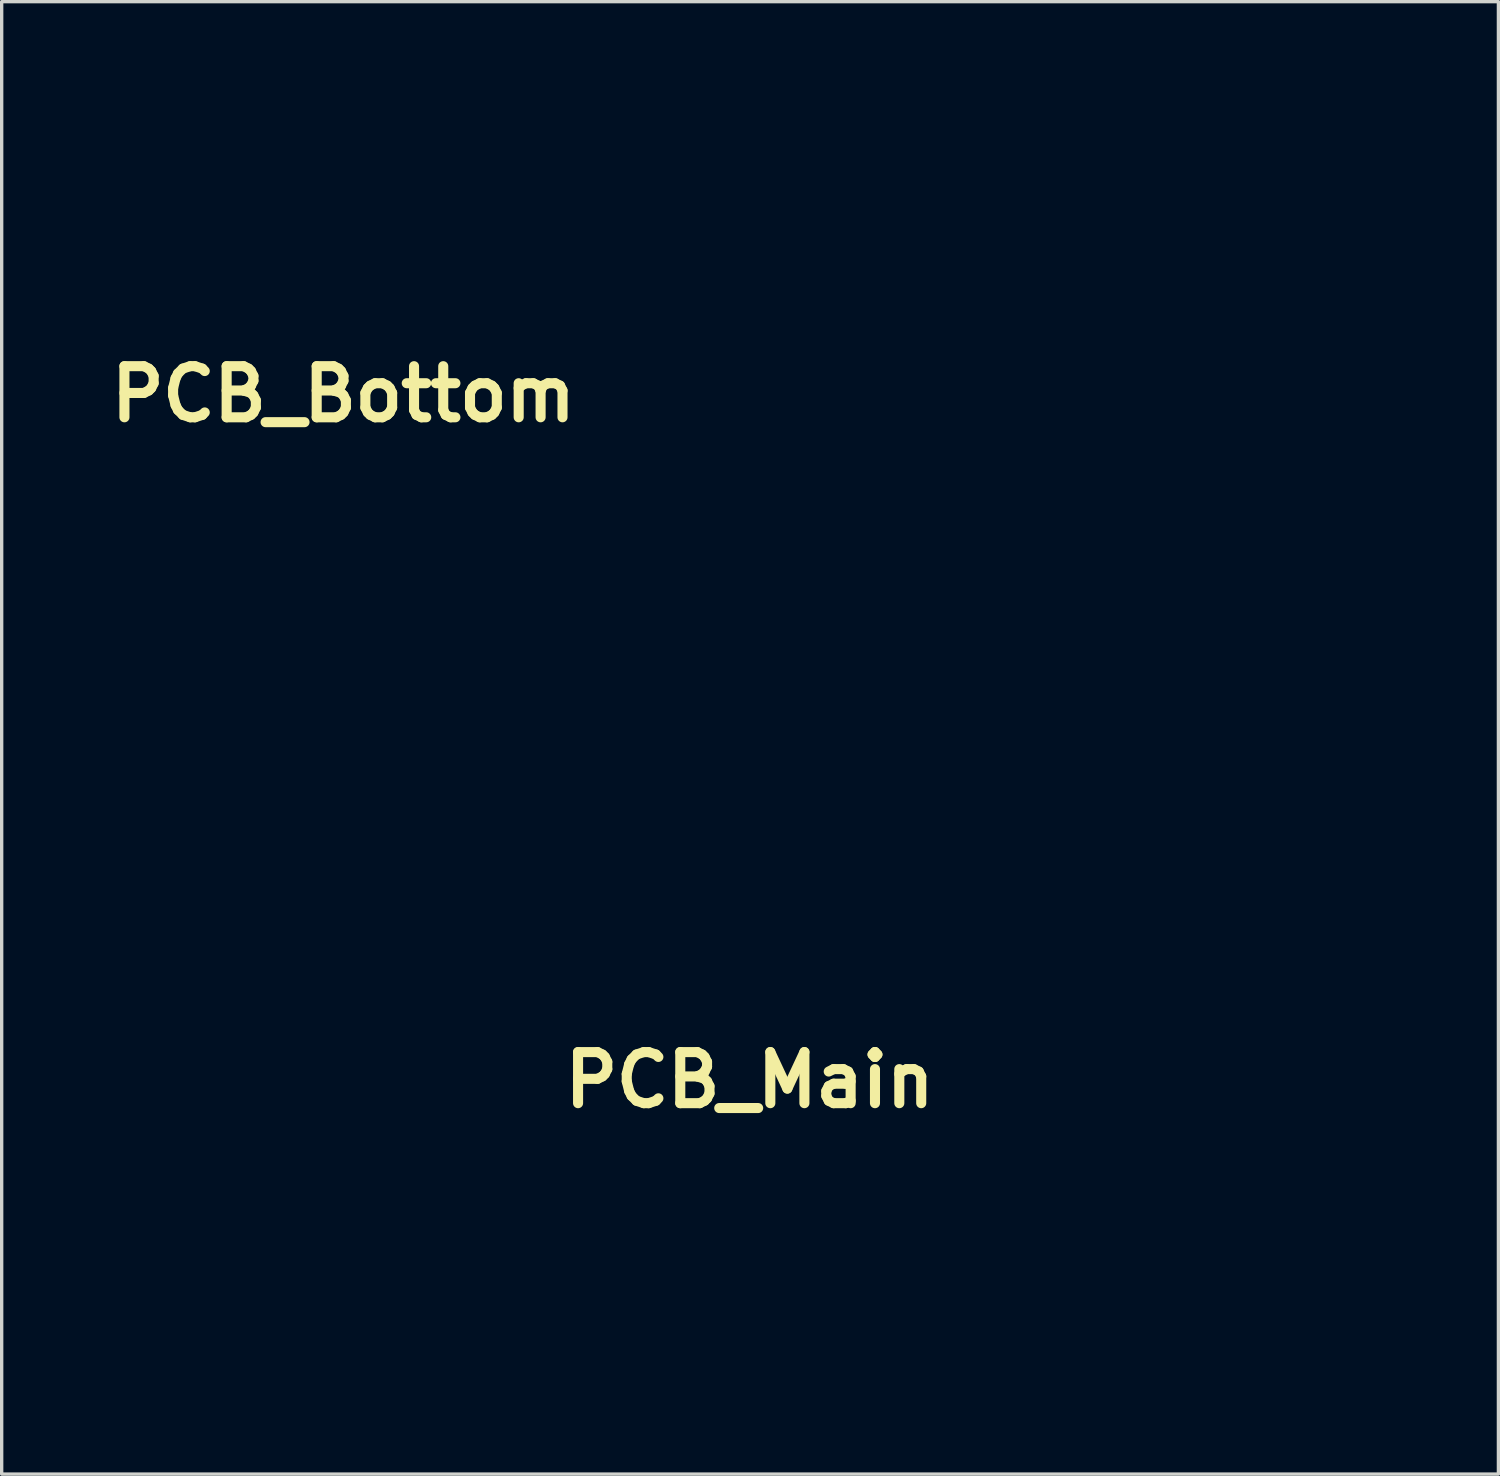
<source format=kicad_pcb>
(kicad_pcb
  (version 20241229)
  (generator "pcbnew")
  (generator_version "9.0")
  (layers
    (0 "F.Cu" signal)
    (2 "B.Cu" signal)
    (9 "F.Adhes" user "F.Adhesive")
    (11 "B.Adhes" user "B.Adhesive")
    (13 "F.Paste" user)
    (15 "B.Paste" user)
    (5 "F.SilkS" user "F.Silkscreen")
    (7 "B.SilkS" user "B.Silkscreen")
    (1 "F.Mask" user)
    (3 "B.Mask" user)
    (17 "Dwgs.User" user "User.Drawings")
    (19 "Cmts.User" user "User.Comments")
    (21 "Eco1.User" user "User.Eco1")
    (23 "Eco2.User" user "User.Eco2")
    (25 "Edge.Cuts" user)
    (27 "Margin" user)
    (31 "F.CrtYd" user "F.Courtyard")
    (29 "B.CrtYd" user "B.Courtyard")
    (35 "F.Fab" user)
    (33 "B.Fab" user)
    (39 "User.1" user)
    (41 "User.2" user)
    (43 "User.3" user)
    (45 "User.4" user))
  (footprint "PCB_Bottom"
    (layer "F.Cu")
    (at 7.192 8.704)
    (property "Reference" "PCB_Bottom" (at 0 0 0) (layer "F.SilkS") (effects (font (size 1.524 1.524) (thickness 0.3))))
    (attr through_hole)
    (fp_poly (pts (xy 3.735 -3.525) (xy 3.735 -2.948) (xy 3.735 -2.415) (xy 3.735 -1.925) (xy 3.734 -1.476) (xy 3.734 -1.066) (xy 3.734 -0.694) (xy 3.734 -0.357) (xy 3.733 -0.054) (xy 3.732 0.218) (xy 3.732 0.459) (xy 3.731 0.672) (xy 3.73 0.859) (xy 3.728 1.021) (xy 3.727 1.161) (xy 3.725 1.279) (xy 3.723 1.378) (xy 3.721 1.46) (xy 3.718 1.526) (xy 3.716 1.579) (xy 3.712 1.619) (xy 3.709 1.65) (xy 3.705 1.672) (xy 3.701 1.688) (xy 3.697 1.699) (xy 3.692 1.708) (xy 3.689 1.712) (xy 3.628 1.832) (xy 3.602 1.968) (xy 3.614 2.102) (xy 3.615 2.105) (xy 3.642 2.186) (xy 3.676 2.258) (xy 3.689 2.278) (xy 3.695 2.288) (xy 3.701 2.3) (xy 3.706 2.316) (xy 3.711 2.34) (xy 3.715 2.372) (xy 3.719 2.416) (xy 3.722 2.475) (xy 3.724 2.549) (xy 3.727 2.642) (xy 3.729 2.756) (xy 3.73 2.893) (xy 3.732 3.056) (xy 3.732 3.246) (xy 3.733 3.467) (xy 3.734 3.72) (xy 3.734 4.008) (xy 3.734 4.333) (xy 3.735 4.698) (xy 3.735 5.105) (xy 3.735 5.531) (xy 3.735 8.722) (xy 1.422 8.722) (xy 1.396 8.664) (xy 1.349 8.61) (xy 1.282 8.589) (xy 1.208 8.607) (xy 1.194 8.615) (xy 1.153 8.653) (xy 1.137 8.688) (xy 1.132 8.695) (xy 1.115 8.702) (xy 1.083 8.708) (xy 1.031 8.712) (xy 0.957 8.715) (xy 0.855 8.718) (xy 0.724 8.72) (xy 0.558 8.721) (xy 0.355 8.722) (xy 0.111 8.722) (xy 0.003 8.722) (xy -1.132 8.722) (xy -1.146 8.664) (xy -1.177 8.617) (xy -1.23 8.592) (xy -1.292 8.589) (xy -1.349 8.607) (xy -1.385 8.644) (xy -1.392 8.675) (xy -1.393 8.686) (xy -1.398 8.694) (xy -1.411 8.702) (xy -1.436 8.708) (xy -1.476 8.712) (xy -1.536 8.716) (xy -1.62 8.718) (xy -1.73 8.72) (xy -1.871 8.721) (xy -2.046 8.722) (xy -2.26 8.722) (xy -2.516 8.722) (xy -3.711 8.722) (xy -3.711 5.439) (xy -3.659 5.416) (xy -3.624 5.39) (xy -3.609 5.343) (xy -3.607 5.3) (xy -3.613 5.235) (xy -3.636 5.198) (xy -3.659 5.185) (xy -3.711 5.162) (xy -3.711 -6.084) (xy -1.087 -6.084) (xy -1.066 -6.037) (xy -1.018 -6.01) (xy -0.997 -6.008) (xy -0.949 -6.023) (xy -0.932 -6.036) (xy -0.904 -6.088) (xy -0.905 -6.092) (xy 0.916 -6.092) (xy 0.929 -6.053) (xy 0.971 -6.014) (xy 1.026 -6.013) (xy 1.062 -6.036) (xy 1.088 -6.087) (xy 1.08 -6.138) (xy 1.045 -6.176) (xy 0.992 -6.186) (xy 0.978 -6.183) (xy 0.928 -6.147) (xy 0.916 -6.092) (xy -0.905 -6.092) (xy -0.912 -6.139) (xy -0.948 -6.174) (xy -1.002 -6.183) (xy -1.033 -6.174) (xy -1.077 -6.135) (xy -1.087 -6.084) (xy -3.711 -6.084) (xy -3.711 -8.699) (xy 3.735 -8.699) (xy 3.735 -3.525)) (stroke (width 0.01) (type solid)) (fill no) (layer "Eco1.User")))
  (footprint "PCB_Main"
    (layer "F.Cu")
    (at 19.304 29.157)
    (property "Reference" "PCB_Main" (at 0 0 0) (layer "F.SilkS") (effects (font (size 1.524 1.524) (thickness 0.3))))
    (attr through_hole)
    (fp_poly (pts (xy 9.951 -3.363) (xy 11.157 -3.363) (xy 11.157 -8.722) (xy 19.323 -8.722) (xy 19.323 -4.344) (xy 19.24 -4.33) (xy 19.103 -4.286) (xy 18.988 -4.203) (xy 18.902 -4.09) (xy 18.896 -4.078) (xy 18.845 -3.937) (xy 18.839 -3.8) (xy 18.878 -3.66) (xy 18.896 -3.623) (xy 18.978 -3.507) (xy 19.092 -3.421) (xy 19.227 -3.373) (xy 19.24 -3.371) (xy 19.323 -3.357) (xy 19.323 4.372) (xy 17.136 6.559) (xy 14.95 8.745) (xy -19.299 8.745) (xy -19.299 5.668) (xy -9.264 5.668) (xy -9.244 5.824) (xy -9.185 5.956) (xy -9.085 6.069) (xy -9.076 6.076) (xy -8.948 6.153) (xy -8.803 6.19) (xy -8.652 6.186) (xy -8.501 6.139) (xy -8.5 6.138) (xy -8.371 6.056) (xy -8.28 5.946) (xy -8.227 5.81) (xy -8.219 5.726) (xy -6.975 5.726) (xy -6.975 5.729) (xy -6.936 5.877) (xy -6.863 6.002) (xy -6.762 6.098) (xy -6.639 6.163) (xy -6.502 6.194) (xy -6.356 6.186) (xy -6.208 6.137) (xy -6.191 6.129) (xy -6.072 6.043) (xy -5.987 5.934) (xy -5.936 5.808) (xy -5.918 5.678) (xy -4.684 5.678) (xy -4.671 5.802) (xy -4.659 5.848) (xy -4.593 5.977) (xy -4.494 6.079) (xy -4.37 6.15) (xy -4.228 6.188) (xy -4.076 6.188) (xy -3.99 6.171) (xy -3.865 6.113) (xy -3.763 6.023) (xy -3.688 5.907) (xy -3.643 5.774) (xy -3.635 5.671) (xy -2.399 5.671) (xy -2.376 5.824) (xy -2.317 5.956) (xy -2.227 6.063) (xy -2.113 6.14) (xy -1.981 6.184) (xy -1.837 6.192) (xy -1.687 6.16) (xy -1.633 6.138) (xy -1.511 6.059) (xy -1.423 5.955) (xy -1.368 5.835) (xy -1.348 5.726) (xy -0.109 5.726) (xy -0.109 5.729) (xy -0.07 5.881) (xy 0.006 6.008) (xy 0.113 6.105) (xy 0.247 6.168) (xy 0.403 6.192) (xy 0.418 6.192) (xy 0.525 6.182) (xy 0.623 6.156) (xy 0.638 6.15) (xy 0.772 6.066) (xy 0.868 5.956) (xy 0.927 5.819) (xy 0.944 5.729) (xy 0.942 5.571) (xy 0.899 5.431) (xy 0.821 5.312) (xy 0.712 5.22) (xy 0.577 5.161) (xy 0.42 5.14) (xy 0.418 5.14) (xy 0.261 5.16) (xy 0.125 5.219) (xy 0.016 5.31) (xy -0.063 5.428) (xy -0.106 5.569) (xy -0.109 5.726) (xy -1.348 5.726) (xy -1.344 5.705) (xy -1.351 5.573) (xy -1.39 5.445) (xy -1.458 5.331) (xy -1.555 5.236) (xy -1.681 5.168) (xy -1.716 5.157) (xy -1.869 5.134) (xy -2.014 5.152) (xy -2.144 5.207) (xy -2.254 5.294) (xy -2.337 5.409) (xy -2.387 5.546) (xy -2.399 5.671) (xy -3.635 5.671) (xy -3.632 5.633) (xy -3.658 5.492) (xy -3.689 5.416) (xy -3.775 5.296) (xy -3.884 5.209) (xy -4.01 5.156) (xy -4.144 5.135) (xy -4.279 5.148) (xy -4.407 5.194) (xy -4.521 5.272) (xy -4.612 5.383) (xy -4.642 5.44) (xy -4.674 5.549) (xy -4.684 5.678) (xy -5.918 5.678) (xy -5.918 5.673) (xy -5.933 5.538) (xy -5.981 5.409) (xy -6.063 5.295) (xy -6.177 5.204) (xy -6.201 5.19) (xy -6.29 5.156) (xy -6.394 5.141) (xy -6.449 5.14) (xy -6.605 5.16) (xy -6.741 5.219) (xy -6.85 5.31) (xy -6.929 5.428) (xy -6.972 5.569) (xy -6.975 5.726) (xy -8.219 5.726) (xy -8.212 5.663) (xy -8.233 5.509) (xy -8.292 5.375) (xy -8.382 5.266) (xy -8.497 5.187) (xy -8.632 5.142) (xy -8.782 5.137) (xy -8.838 5.146) (xy -8.99 5.199) (xy -9.112 5.284) (xy -9.2 5.4) (xy -9.251 5.541) (xy -9.264 5.668) (xy -19.299 5.668) (xy -19.299 3.616) (xy -17.523 3.616) (xy -17.518 3.831) (xy -17.473 4.038) (xy -17.392 4.231) (xy -17.274 4.405) (xy -17.123 4.556) (xy -16.94 4.677) (xy -16.901 4.697) (xy -16.71 4.773) (xy -16.526 4.812) (xy -16.336 4.815) (xy -16.214 4.801) (xy -16.07 4.765) (xy -15.914 4.703) (xy -15.765 4.624) (xy -15.643 4.537) (xy -15.643 4.537) (xy -15.574 4.469) (xy -15.503 4.384) (xy -15.466 4.332) (xy -15.359 4.132) (xy -15.294 3.924) (xy -15.269 3.713) (xy -15.27 3.697) (xy -10.414 3.697) (xy -10.39 3.843) (xy -10.324 3.981) (xy -10.306 4.008) (xy -10.202 4.111) (xy -10.074 4.18) (xy -9.931 4.212) (xy -9.783 4.206) (xy -9.639 4.159) (xy -9.632 4.155) (xy -9.512 4.07) (xy -9.425 3.959) (xy -9.371 3.829) (xy -9.356 3.732) (xy -8.119 3.732) (xy -8.09 3.873) (xy -8.023 4.001) (xy -7.921 4.106) (xy -7.787 4.184) (xy -7.775 4.188) (xy -7.668 4.211) (xy -7.542 4.21) (xy -7.417 4.186) (xy -7.336 4.155) (xy -7.221 4.072) (xy -7.135 3.96) (xy -7.082 3.827) (xy -7.063 3.684) (xy -7.063 3.684) (xy -5.833 3.684) (xy -5.816 3.826) (xy -5.764 3.955) (xy -5.682 4.063) (xy -5.576 4.147) (xy -5.45 4.201) (xy -5.311 4.22) (xy -5.164 4.199) (xy -5.13 4.188) (xy -4.998 4.124) (xy -4.899 4.033) (xy -4.836 3.934) (xy -4.788 3.788) (xy -4.783 3.69) (xy -3.55 3.69) (xy -3.532 3.816) (xy -3.484 3.933) (xy -3.411 4.037) (xy -3.317 4.122) (xy -3.204 4.183) (xy -3.078 4.215) (xy -2.942 4.213) (xy -2.799 4.171) (xy -2.766 4.155) (xy -2.646 4.069) (xy -2.556 3.953) (xy -2.499 3.816) (xy -2.491 3.754) (xy -1.251 3.754) (xy -1.213 3.895) (xy -1.14 4.02) (xy -1.033 4.122) (xy -0.909 4.188) (xy -0.802 4.211) (xy -0.675 4.21) (xy -0.549 4.186) (xy -0.468 4.154) (xy -0.36 4.075) (xy -0.273 3.962) (xy -0.215 3.827) (xy -0.207 3.795) (xy -0.193 3.714) (xy -0.195 3.644) (xy -0.206 3.593) (xy 7.452 3.593) (xy 7.454 3.797) (xy 7.492 3.996) (xy 7.563 4.186) (xy 7.668 4.361) (xy 7.806 4.515) (xy 7.976 4.643) (xy 8.077 4.697) (xy 8.271 4.774) (xy 8.457 4.812) (xy 8.649 4.815) (xy 8.768 4.8) (xy 8.869 4.777) (xy 8.984 4.739) (xy 9.082 4.697) (xy 9.268 4.585) (xy 9.42 4.445) (xy 9.54 4.283) (xy 9.627 4.104) (xy 9.681 3.913) (xy 9.702 3.717) (xy 9.691 3.519) (xy 9.646 3.326) (xy 9.569 3.143) (xy 9.458 2.975) (xy 9.418 2.933) (xy 13.848 2.933) (xy 13.868 2.977) (xy 13.918 3.004) (xy 13.985 3.012) (xy 14.052 2.995) (xy 14.059 2.992) (xy 14.095 2.958) (xy 14.103 2.934) (xy 14.092 2.915) (xy 16.377 2.915) (xy 16.391 2.942) (xy 16.416 2.974) (xy 16.474 3.007) (xy 16.543 3.007) (xy 16.605 2.976) (xy 16.626 2.952) (xy 16.661 2.9) (xy 16.519 2.9) (xy 16.444 2.902) (xy 16.393 2.908) (xy 16.377 2.915) (xy 14.092 2.915) (xy 14.091 2.913) (xy 14.049 2.902) (xy 13.976 2.9) (xy 13.898 2.903) (xy 13.858 2.914) (xy 13.848 2.933) (xy 9.418 2.933) (xy 9.33 2.843) (xy 12.572 2.843) (xy 12.585 2.863) (xy 12.627 2.873) (xy 12.707 2.876) (xy 12.712 2.876) (xy 12.786 2.873) (xy 12.836 2.864) (xy 12.851 2.853) (xy 15.101 2.853) (xy 15.122 2.866) (xy 15.177 2.874) (xy 15.24 2.876) (xy 15.328 2.872) (xy 15.373 2.859) (xy 15.379 2.849) (xy 15.368 2.821) (xy 17.653 2.821) (xy 17.657 2.853) (xy 17.703 2.871) (xy 17.791 2.876) (xy 17.867 2.875) (xy 17.907 2.868) (xy 17.919 2.853) (xy 17.915 2.836) (xy 17.874 2.775) (xy 17.811 2.742) (xy 17.743 2.742) (xy 17.689 2.774) (xy 17.653 2.821) (xy 15.368 2.821) (xy 15.36 2.801) (xy 15.313 2.759) (xy 15.256 2.738) (xy 15.248 2.737) (xy 15.196 2.752) (xy 15.143 2.788) (xy 15.107 2.832) (xy 15.101 2.853) (xy 12.851 2.853) (xy 12.832 2.812) (xy 12.785 2.77) (xy 12.73 2.742) (xy 12.702 2.737) (xy 12.639 2.754) (xy 12.591 2.795) (xy 12.572 2.843) (xy 9.33 2.843) (xy 9.314 2.827) (xy 9.138 2.706) (xy 9.097 2.684) (xy 8.883 2.601) (xy 8.663 2.562) (xy 8.444 2.564) (xy 8.231 2.609) (xy 8.03 2.695) (xy 7.847 2.821) (xy 7.812 2.852) (xy 7.665 3.015) (xy 7.557 3.197) (xy 7.486 3.392) (xy 7.452 3.593) (xy -0.206 3.593) (xy -0.212 3.562) (xy -0.22 3.536) (xy -0.282 3.396) (xy -0.376 3.286) (xy -0.494 3.207) (xy -0.63 3.163) (xy -0.776 3.158) (xy -0.925 3.193) (xy -0.963 3.21) (xy -1.057 3.261) (xy -1.122 3.317) (xy -1.174 3.394) (xy -1.204 3.457) (xy -1.249 3.606) (xy -1.251 3.754) (xy -2.491 3.754) (xy -2.482 3.686) (xy -2.504 3.536) (xy -2.565 3.403) (xy -2.659 3.292) (xy -2.779 3.211) (xy -2.919 3.164) (xy -3.016 3.155) (xy -3.161 3.173) (xy -3.287 3.229) (xy -3.39 3.314) (xy -3.483 3.434) (xy -3.535 3.561) (xy -3.55 3.69) (xy -4.783 3.69) (xy -4.781 3.633) (xy -4.815 3.484) (xy -4.827 3.457) (xy -4.877 3.36) (xy -4.932 3.293) (xy -5.008 3.24) (xy -5.068 3.21) (xy -5.216 3.163) (xy -5.363 3.158) (xy -5.502 3.192) (xy -5.625 3.261) (xy -5.726 3.362) (xy -5.797 3.492) (xy -5.81 3.532) (xy -5.833 3.684) (xy -7.063 3.684) (xy -7.081 3.538) (xy -7.123 3.43) (xy -7.206 3.313) (xy -7.314 3.229) (xy -7.439 3.177) (xy -7.574 3.158) (xy -7.709 3.17) (xy -7.837 3.215) (xy -7.949 3.292) (xy -8.039 3.402) (xy -8.055 3.432) (xy -8.108 3.582) (xy -8.119 3.732) (xy -9.356 3.732) (xy -9.351 3.69) (xy -9.366 3.55) (xy -9.419 3.418) (xy -9.502 3.309) (xy -9.605 3.226) (xy -9.722 3.179) (xy -9.82 3.162) (xy -9.979 3.165) (xy -10.118 3.21) (xy -10.242 3.297) (xy -10.339 3.416) (xy -10.397 3.552) (xy -10.414 3.697) (xy -15.27 3.697) (xy -15.282 3.505) (xy -15.332 3.305) (xy -15.417 3.118) (xy -15.535 2.949) (xy -15.684 2.804) (xy -15.864 2.687) (xy -16.017 2.621) (xy -16.234 2.569) (xy -16.451 2.559) (xy -16.663 2.589) (xy -16.864 2.657) (xy -17.048 2.76) (xy -17.209 2.895) (xy -17.341 3.061) (xy -17.409 3.183) (xy -17.487 3.398) (xy -17.523 3.616) (xy -19.299 3.616) (xy -19.299 1.708) (xy -9.268 1.708) (xy -9.256 1.82) (xy -9.202 1.963) (xy -9.115 2.079) (xy -9.002 2.166) (xy -8.871 2.22) (xy -8.728 2.238) (xy -8.581 2.216) (xy -8.488 2.179) (xy -8.387 2.108) (xy -8.299 2.011) (xy -8.24 1.905) (xy -8.235 1.89) (xy -8.213 1.772) (xy -8.215 1.703) (xy -6.97 1.703) (xy -6.95 1.867) (xy -6.894 2.004) (xy -6.803 2.111) (xy -6.677 2.189) (xy -6.592 2.218) (xy -6.52 2.237) (xy -6.473 2.246) (xy -6.432 2.245) (xy -6.377 2.234) (xy -6.335 2.225) (xy -6.186 2.173) (xy -6.069 2.087) (xy -5.986 1.971) (xy -5.938 1.827) (xy -5.927 1.703) (xy -5.928 1.659) (xy -4.681 1.659) (xy -4.678 1.81) (xy -4.643 1.935) (xy -4.575 2.043) (xy -4.564 2.056) (xy -4.447 2.156) (xy -4.309 2.218) (xy -4.159 2.239) (xy -4.004 2.218) (xy -3.931 2.193) (xy -3.868 2.157) (xy -3.802 2.105) (xy -3.79 2.093) (xy -3.698 1.971) (xy -3.645 1.833) (xy -3.632 1.703) (xy -2.401 1.703) (xy -2.382 1.851) (xy -2.321 1.992) (xy -2.308 2.013) (xy -2.21 2.12) (xy -2.087 2.194) (xy -1.948 2.232) (xy -1.8 2.233) (xy -1.655 2.194) (xy -1.622 2.179) (xy -1.521 2.108) (xy -1.433 2.011) (xy -1.374 1.905) (xy -1.368 1.89) (xy -1.347 1.772) (xy -1.349 1.703) (xy -0.104 1.703) (xy -0.084 1.867) (xy -0.028 2.004) (xy 0.063 2.111) (xy 0.19 2.189) (xy 0.274 2.218) (xy 0.346 2.237) (xy 0.393 2.246) (xy 0.434 2.245) (xy 0.489 2.234) (xy 0.531 2.225) (xy 0.68 2.173) (xy 0.797 2.087) (xy 0.88 1.971) (xy 0.928 1.827) (xy 0.939 1.703) (xy 0.936 1.608) (xy 0.925 1.539) (xy 0.899 1.477) (xy 0.869 1.425) (xy 0.772 1.307) (xy 0.65 1.229) (xy 0.503 1.189) (xy 0.418 1.184) (xy 0.258 1.203) (xy 0.123 1.262) (xy 0.013 1.359) (xy -0.034 1.425) (xy -0.073 1.494) (xy -0.094 1.556) (xy -0.103 1.63) (xy -0.104 1.703) (xy -1.349 1.703) (xy -1.351 1.641) (xy -1.377 1.515) (xy -1.422 1.418) (xy -1.523 1.302) (xy -1.646 1.226) (xy -1.793 1.19) (xy -1.821 1.187) (xy -1.972 1.191) (xy -2.097 1.225) (xy -2.206 1.294) (xy -2.219 1.305) (xy -2.318 1.422) (xy -2.38 1.557) (xy -2.401 1.703) (xy -3.632 1.703) (xy -3.631 1.688) (xy -3.656 1.546) (xy -3.719 1.413) (xy -3.812 1.305) (xy -3.92 1.232) (xy -4.042 1.193) (xy -4.189 1.186) (xy -4.21 1.187) (xy -4.363 1.218) (xy -4.491 1.285) (xy -4.589 1.386) (xy -4.654 1.516) (xy -4.681 1.659) (xy -5.928 1.659) (xy -5.93 1.608) (xy -5.941 1.539) (xy -5.967 1.477) (xy -5.997 1.425) (xy -6.094 1.307) (xy -6.216 1.229) (xy -6.363 1.189) (xy -6.449 1.184) (xy -6.609 1.203) (xy -6.743 1.262) (xy -6.853 1.359) (xy -6.9 1.425) (xy -6.939 1.494) (xy -6.96 1.556) (xy -6.969 1.63) (xy -6.97 1.703) (xy -8.215 1.703) (xy -8.217 1.641) (xy -8.243 1.515) (xy -8.288 1.418) (xy -8.389 1.302) (xy -8.512 1.226) (xy -8.659 1.19) (xy -8.687 1.187) (xy -8.838 1.191) (xy -8.963 1.225) (xy -9.072 1.294) (xy -9.085 1.305) (xy -9.185 1.422) (xy -9.247 1.56) (xy -9.268 1.708) (xy -19.299 1.708) (xy -19.299 -0.549) (xy 11.041 -0.549) (xy 11.049 -0.488) (xy 11.069 -0.446) (xy 11.069 -0.445) (xy 11.118 -0.423) (xy 11.184 -0.419) (xy 11.245 -0.432) (xy 11.272 -0.451) (xy 11.295 -0.511) (xy 11.288 -0.582) (xy 11.255 -0.645) (xy 11.224 -0.671) (xy 11.175 -0.692) (xy 11.136 -0.685) (xy 11.102 -0.665) (xy 11.055 -0.617) (xy 11.041 -0.549) (xy -19.299 -0.549) (xy -19.299 -3.479) (xy -15.889 -3.479) (xy -15.889 -2.018) (xy -15.518 -2.018) (xy -15.518 -3.479) (xy -10.392 -3.479) (xy -10.392 -2.018) (xy -10.021 -2.018) (xy -10.021 -3.479) (xy -10.392 -3.479) (xy -15.518 -3.479) (xy -15.889 -3.479) (xy -19.299 -3.479) (xy -19.299 -5.498) (xy -18.279 -5.498) (xy -18.279 -4.013) (xy -17.908 -4.013) (xy -17.908 -5.498) (xy -12.201 -5.498) (xy -12.201 -4.013) (xy -11.807 -4.013) (xy -11.807 -5.498) (xy -6.704 -5.498) (xy -6.704 -4.013) (xy -6.309 -4.013) (xy -6.309 -5.498) (xy -6.704 -5.498) (xy -11.807 -5.498) (xy -12.201 -5.498) (xy -17.908 -5.498) (xy -18.279 -5.498) (xy -19.299 -5.498) (xy -19.299 -8.722) (xy 9.951 -8.722) (xy 9.951 -3.363)) (stroke (width 0.01) (type solid)) (fill no) (layer "Eco1.User")))
  (gr_rect
    (start -3 -3)
    (end 41.632 40.907)
    (stroke (width 0.1) (type default))
    (fill no)
    (layer "Edge.Cuts")))
</source>
